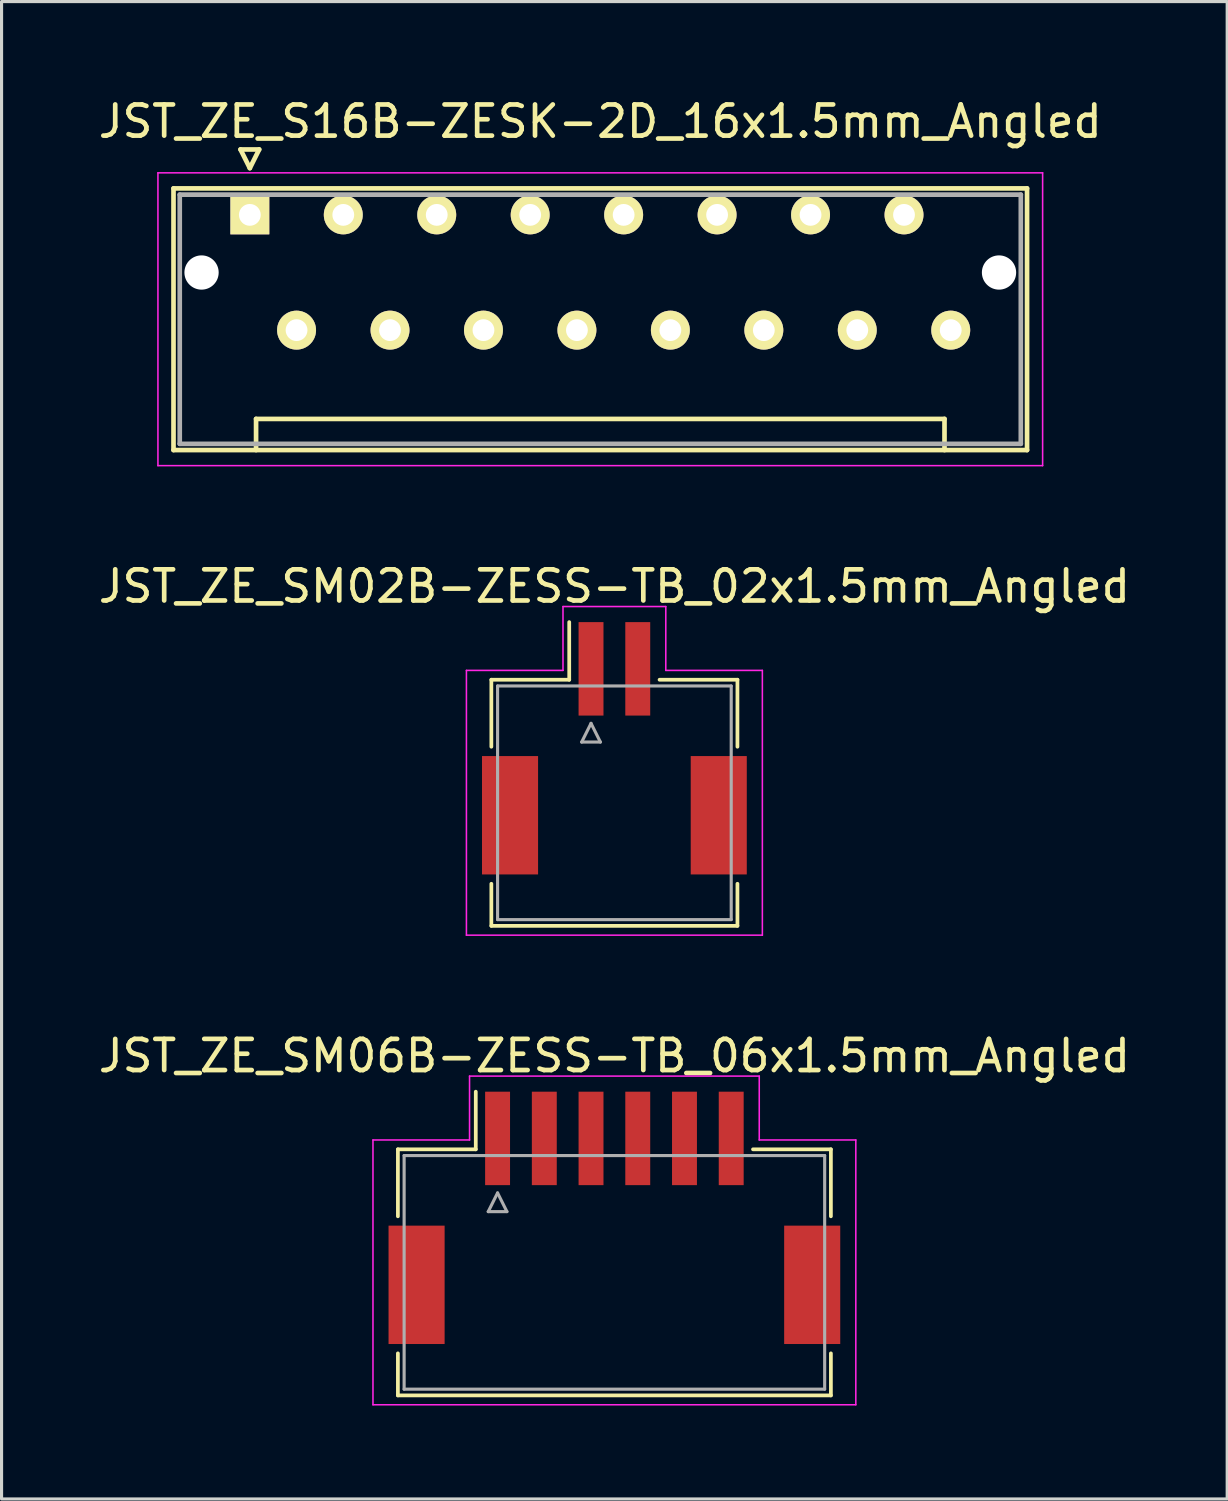
<source format=kicad_pcb>
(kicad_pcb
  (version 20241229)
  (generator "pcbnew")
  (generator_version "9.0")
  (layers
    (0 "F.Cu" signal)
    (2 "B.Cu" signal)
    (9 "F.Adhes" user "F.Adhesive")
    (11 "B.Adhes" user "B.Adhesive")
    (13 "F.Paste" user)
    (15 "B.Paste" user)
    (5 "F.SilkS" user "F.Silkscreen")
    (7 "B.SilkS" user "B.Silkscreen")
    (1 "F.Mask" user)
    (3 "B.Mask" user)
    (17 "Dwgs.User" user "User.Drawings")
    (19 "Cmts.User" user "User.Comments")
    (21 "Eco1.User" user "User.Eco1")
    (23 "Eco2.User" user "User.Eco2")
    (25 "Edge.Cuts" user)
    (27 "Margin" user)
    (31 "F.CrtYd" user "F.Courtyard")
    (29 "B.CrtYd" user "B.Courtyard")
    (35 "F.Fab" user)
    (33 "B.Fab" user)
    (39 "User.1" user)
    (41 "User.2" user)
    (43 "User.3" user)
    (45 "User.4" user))
  (footprint "JST_ZE_S16B-ZESK-2D_16x1.5mm_Angled"
    (layer "F.Cu")
    (at 4.97 3.848)
    (property "Reference" "JST_ZE_S16B-ZESK-2D_16x1.5mm_Angled" (at 11.25 -3 0) (layer "F.SilkS") (effects (font (size 1 1) (thickness 0.15))))
    (attr through_hole)
    (fp_line (start -2.45 -0.85) (end -2.45 7.55) (stroke (width 0.15) (type solid)) (layer "F.SilkS"))
    (fp_line (start -2.45 7.55) (end 24.95 7.55) (stroke (width 0.15) (type solid)) (layer "F.SilkS"))
    (fp_line (start -0.3 -2.1) (end 0.3 -2.1) (stroke (width 0.15) (type solid)) (layer "F.SilkS"))
    (fp_line (start 0 -1.5) (end -0.3 -2.1) (stroke (width 0.15) (type solid)) (layer "F.SilkS"))
    (fp_line (start 0.2 6.55) (end 22.3 6.55) (stroke (width 0.15) (type solid)) (layer "F.SilkS"))
    (fp_line (start 0.2 7.55) (end 0.2 6.55) (stroke (width 0.15) (type solid)) (layer "F.SilkS"))
    (fp_line (start 0.3 -2.1) (end 0 -1.5) (stroke (width 0.15) (type solid)) (layer "F.SilkS"))
    (fp_line (start 22.3 6.55) (end 22.3 7.55) (stroke (width 0.15) (type solid)) (layer "F.SilkS"))
    (fp_line (start 24.95 -0.85) (end -2.45 -0.85) (stroke (width 0.15) (type solid)) (layer "F.SilkS"))
    (fp_line (start 24.95 7.55) (end 24.95 -0.85) (stroke (width 0.15) (type solid)) (layer "F.SilkS"))
    (fp_line (start -2.95 -1.35) (end -2.95 8.05) (stroke (width 0.05) (type solid)) (layer "F.CrtYd"))
    (fp_line (start -2.95 8.05) (end 25.45 8.05) (stroke (width 0.05) (type solid)) (layer "F.CrtYd"))
    (fp_line (start 25.45 -1.35) (end -2.95 -1.35) (stroke (width 0.05) (type solid)) (layer "F.CrtYd"))
    (fp_line (start 25.45 8.05) (end 25.45 -1.35) (stroke (width 0.05) (type solid)) (layer "F.CrtYd"))
    (fp_line (start -2.25 -0.65) (end -2.25 7.35) (stroke (width 0.15) (type solid)) (layer "F.Fab"))
    (fp_line (start -2.25 7.35) (end 24.75 7.35) (stroke (width 0.15) (type solid)) (layer "F.Fab"))
    (fp_line (start 24.75 -0.65) (end -2.25 -0.65) (stroke (width 0.15) (type solid)) (layer "F.Fab"))
    (fp_line (start 24.75 7.35) (end 24.75 -0.65) (stroke (width 0.15) (type solid)) (layer "F.Fab"))
    (pad "" np_thru_hole circle (at -1.55 1.85) (size 1.1 1.1) (drill 1.1) (layers "*.Cu"))
    (pad "" np_thru_hole circle (at 24.05 1.85) (size 1.1 1.1) (drill 1.1) (layers "*.Cu"))
    (pad "1" thru_hole rect (at 0 0) (size 1.25 1.25) (drill 0.7) (layers "*.Cu" "*.Mask" "F.SilkS"))
    (pad "2" thru_hole circle (at 1.5 3.7) (size 1.25 1.25) (drill 0.7) (layers "*.Cu" "*.Mask" "F.SilkS"))
    (pad "3" thru_hole circle (at 3 0) (size 1.25 1.25) (drill 0.7) (layers "*.Cu" "*.Mask" "F.SilkS"))
    (pad "4" thru_hole circle (at 4.5 3.7) (size 1.25 1.25) (drill 0.7) (layers "*.Cu" "*.Mask" "F.SilkS"))
    (pad "5" thru_hole circle (at 6 0) (size 1.25 1.25) (drill 0.7) (layers "*.Cu" "*.Mask" "F.SilkS"))
    (pad "6" thru_hole circle (at 7.5 3.7) (size 1.25 1.25) (drill 0.7) (layers "*.Cu" "*.Mask" "F.SilkS"))
    (pad "7" thru_hole circle (at 9 0) (size 1.25 1.25) (drill 0.7) (layers "*.Cu" "*.Mask" "F.SilkS"))
    (pad "8" thru_hole circle (at 10.5 3.7) (size 1.25 1.25) (drill 0.7) (layers "*.Cu" "*.Mask" "F.SilkS"))
    (pad "9" thru_hole circle (at 12 0) (size 1.25 1.25) (drill 0.7) (layers "*.Cu" "*.Mask" "F.SilkS"))
    (pad "10" thru_hole circle (at 13.5 3.7) (size 1.25 1.25) (drill 0.7) (layers "*.Cu" "*.Mask" "F.SilkS"))
    (pad "11" thru_hole circle (at 15 0) (size 1.25 1.25) (drill 0.7) (layers "*.Cu" "*.Mask" "F.SilkS"))
    (pad "12" thru_hole circle (at 16.5 3.7) (size 1.25 1.25) (drill 0.7) (layers "*.Cu" "*.Mask" "F.SilkS"))
    (pad "13" thru_hole circle (at 18 0) (size 1.25 1.25) (drill 0.7) (layers "*.Cu" "*.Mask" "F.SilkS"))
    (pad "14" thru_hole circle (at 19.5 3.7) (size 1.25 1.25) (drill 0.7) (layers "*.Cu" "*.Mask" "F.SilkS"))
    (pad "15" thru_hole circle (at 21 0) (size 1.25 1.25) (drill 0.7) (layers "*.Cu" "*.Mask" "F.SilkS"))
    (pad "16" thru_hole circle (at 22.5 3.7) (size 1.25 1.25) (drill 0.7) (layers "*.Cu" "*.Mask" "F.SilkS")))
  (footprint "JST_ZE_SM02B-ZESS-TB_02x1.5mm_Angled"
    (layer "F.Cu")
    (at 16.673 20.771)
    (property "Reference" "JST_ZE_SM02B-ZESS-TB_02x1.5mm_Angled" (at 0 -5 0) (layer "F.SilkS") (effects (font (size 1 1) (thickness 0.15))))
    (attr smd)
    (fp_line (start -3.95 -2) (end -1.45 -2) (stroke (width 0.12) (type solid)) (layer "F.SilkS"))
    (fp_line (start -3.95 0.15) (end -3.95 -2) (stroke (width 0.12) (type solid)) (layer "F.SilkS"))
    (fp_line (start -3.95 4.55) (end -3.95 5.9) (stroke (width 0.12) (type solid)) (layer "F.SilkS"))
    (fp_line (start -3.95 5.9) (end 3.95 5.9) (stroke (width 0.12) (type solid)) (layer "F.SilkS"))
    (fp_line (start -1.45 -2) (end -1.45 -3.85) (stroke (width 0.12) (type solid)) (layer "F.SilkS"))
    (fp_line (start 3.95 -2) (end 1.45 -2) (stroke (width 0.12) (type solid)) (layer "F.SilkS"))
    (fp_line (start 3.95 0.15) (end 3.95 -2) (stroke (width 0.12) (type solid)) (layer "F.SilkS"))
    (fp_line (start 3.95 5.9) (end 3.95 4.55) (stroke (width 0.12) (type solid)) (layer "F.SilkS"))
    (fp_line (start -4.75 -2.3) (end -4.75 6.2) (stroke (width 0.05) (type solid)) (layer "F.CrtYd"))
    (fp_line (start -4.75 6.2) (end 4.75 6.2) (stroke (width 0.05) (type solid)) (layer "F.CrtYd"))
    (fp_line (start -1.65 -4.35) (end -1.65 -2.3) (stroke (width 0.05) (type solid)) (layer "F.CrtYd"))
    (fp_line (start -1.65 -2.3) (end -4.75 -2.3) (stroke (width 0.05) (type solid)) (layer "F.CrtYd"))
    (fp_line (start 1.65 -4.35) (end -1.65 -4.35) (stroke (width 0.05) (type solid)) (layer "F.CrtYd"))
    (fp_line (start 1.65 -2.3) (end 1.65 -4.35) (stroke (width 0.05) (type solid)) (layer "F.CrtYd"))
    (fp_line (start 4.75 -2.3) (end 1.65 -2.3) (stroke (width 0.05) (type solid)) (layer "F.CrtYd"))
    (fp_line (start 4.75 6.2) (end 4.75 -2.3) (stroke (width 0.05) (type solid)) (layer "F.CrtYd"))
    (fp_line (start -3.75 -1.8) (end -3.75 5.7) (stroke (width 0.1) (type solid)) (layer "F.Fab"))
    (fp_line (start -3.75 5.7) (end 3.75 5.7) (stroke (width 0.1) (type solid)) (layer "F.Fab"))
    (fp_line (start -1.05 0) (end -0.45 0) (stroke (width 0.1) (type solid)) (layer "F.Fab"))
    (fp_line (start -0.75 -0.6) (end -1.05 0) (stroke (width 0.1) (type solid)) (layer "F.Fab"))
    (fp_line (start -0.45 0) (end -0.75 -0.6) (stroke (width 0.1) (type solid)) (layer "F.Fab"))
    (fp_line (start 3.75 -1.8) (end -3.75 -1.8) (stroke (width 0.1) (type solid)) (layer "F.Fab"))
    (fp_line (start 3.75 5.7) (end 3.75 -1.8) (stroke (width 0.1) (type solid)) (layer "F.Fab"))
    (pad "" smd rect (at -3.35 2.35) (size 1.8 3.8) (layers "F.Cu" "F.Mask" "F.Paste"))
    (pad "" smd rect (at 3.35 2.35) (size 1.8 3.8) (layers "F.Cu" "F.Mask" "F.Paste"))
    (pad "1" smd rect (at -0.75 -2.35) (size 0.8 3) (layers "F.Cu" "F.Mask" "F.Paste"))
    (pad "2" smd rect (at 0.75 -2.35) (size 0.8 3) (layers "F.Cu" "F.Mask" "F.Paste")))
  (footprint "JST_ZE_SM06B-ZESS-TB_06x1.5mm_Angled"
    (layer "F.Cu")
    (at 16.673 35.845)
    (property "Reference" "JST_ZE_SM06B-ZESS-TB_06x1.5mm_Angled" (at 0 -5 0) (layer "F.SilkS") (effects (font (size 1 1) (thickness 0.15))))
    (attr smd)
    (fp_line (start -6.95 -2) (end -4.45 -2) (stroke (width 0.12) (type solid)) (layer "F.SilkS"))
    (fp_line (start -6.95 0.15) (end -6.95 -2) (stroke (width 0.12) (type solid)) (layer "F.SilkS"))
    (fp_line (start -6.95 4.55) (end -6.95 5.9) (stroke (width 0.12) (type solid)) (layer "F.SilkS"))
    (fp_line (start -6.95 5.9) (end 6.95 5.9) (stroke (width 0.12) (type solid)) (layer "F.SilkS"))
    (fp_line (start -4.45 -2) (end -4.45 -3.85) (stroke (width 0.12) (type solid)) (layer "F.SilkS"))
    (fp_line (start 6.95 -2) (end 4.45 -2) (stroke (width 0.12) (type solid)) (layer "F.SilkS"))
    (fp_line (start 6.95 0.15) (end 6.95 -2) (stroke (width 0.12) (type solid)) (layer "F.SilkS"))
    (fp_line (start 6.95 5.9) (end 6.95 4.55) (stroke (width 0.12) (type solid)) (layer "F.SilkS"))
    (fp_line (start -7.75 -2.3) (end -7.75 6.2) (stroke (width 0.05) (type solid)) (layer "F.CrtYd"))
    (fp_line (start -7.75 6.2) (end 7.75 6.2) (stroke (width 0.05) (type solid)) (layer "F.CrtYd"))
    (fp_line (start -4.65 -4.35) (end -4.65 -2.3) (stroke (width 0.05) (type solid)) (layer "F.CrtYd"))
    (fp_line (start -4.65 -2.3) (end -7.75 -2.3) (stroke (width 0.05) (type solid)) (layer "F.CrtYd"))
    (fp_line (start 4.65 -4.35) (end -4.65 -4.35) (stroke (width 0.05) (type solid)) (layer "F.CrtYd"))
    (fp_line (start 4.65 -2.3) (end 4.65 -4.35) (stroke (width 0.05) (type solid)) (layer "F.CrtYd"))
    (fp_line (start 7.75 -2.3) (end 4.65 -2.3) (stroke (width 0.05) (type solid)) (layer "F.CrtYd"))
    (fp_line (start 7.75 6.2) (end 7.75 -2.3) (stroke (width 0.05) (type solid)) (layer "F.CrtYd"))
    (fp_line (start -6.75 -1.8) (end -6.75 5.7) (stroke (width 0.1) (type solid)) (layer "F.Fab"))
    (fp_line (start -6.75 5.7) (end 6.75 5.7) (stroke (width 0.1) (type solid)) (layer "F.Fab"))
    (fp_line (start -4.05 0) (end -3.45 0) (stroke (width 0.1) (type solid)) (layer "F.Fab"))
    (fp_line (start -3.75 -0.6) (end -4.05 0) (stroke (width 0.1) (type solid)) (layer "F.Fab"))
    (fp_line (start -3.45 0) (end -3.75 -0.6) (stroke (width 0.1) (type solid)) (layer "F.Fab"))
    (fp_line (start 6.75 -1.8) (end -6.75 -1.8) (stroke (width 0.1) (type solid)) (layer "F.Fab"))
    (fp_line (start 6.75 5.7) (end 6.75 -1.8) (stroke (width 0.1) (type solid)) (layer "F.Fab"))
    (pad "" smd rect (at -6.35 2.35) (size 1.8 3.8) (layers "F.Cu" "F.Mask" "F.Paste"))
    (pad "" smd rect (at 6.35 2.35) (size 1.8 3.8) (layers "F.Cu" "F.Mask" "F.Paste"))
    (pad "1" smd rect (at -3.75 -2.35) (size 0.8 3) (layers "F.Cu" "F.Mask" "F.Paste"))
    (pad "2" smd rect (at -2.25 -2.35) (size 0.8 3) (layers "F.Cu" "F.Mask" "F.Paste"))
    (pad "3" smd rect (at -0.75 -2.35) (size 0.8 3) (layers "F.Cu" "F.Mask" "F.Paste"))
    (pad "4" smd rect (at 0.75 -2.35) (size 0.8 3) (layers "F.Cu" "F.Mask" "F.Paste"))
    (pad "5" smd rect (at 2.25 -2.35) (size 0.8 3) (layers "F.Cu" "F.Mask" "F.Paste"))
    (pad "6" smd rect (at 3.75 -2.35) (size 0.8 3) (layers "F.Cu" "F.Mask" "F.Paste")))
  (gr_rect
    (start -3 -3)
    (end 36.345 45.07)
    (stroke (width 0.1) (type default))
    (fill no)
    (layer "Edge.Cuts")))
</source>
